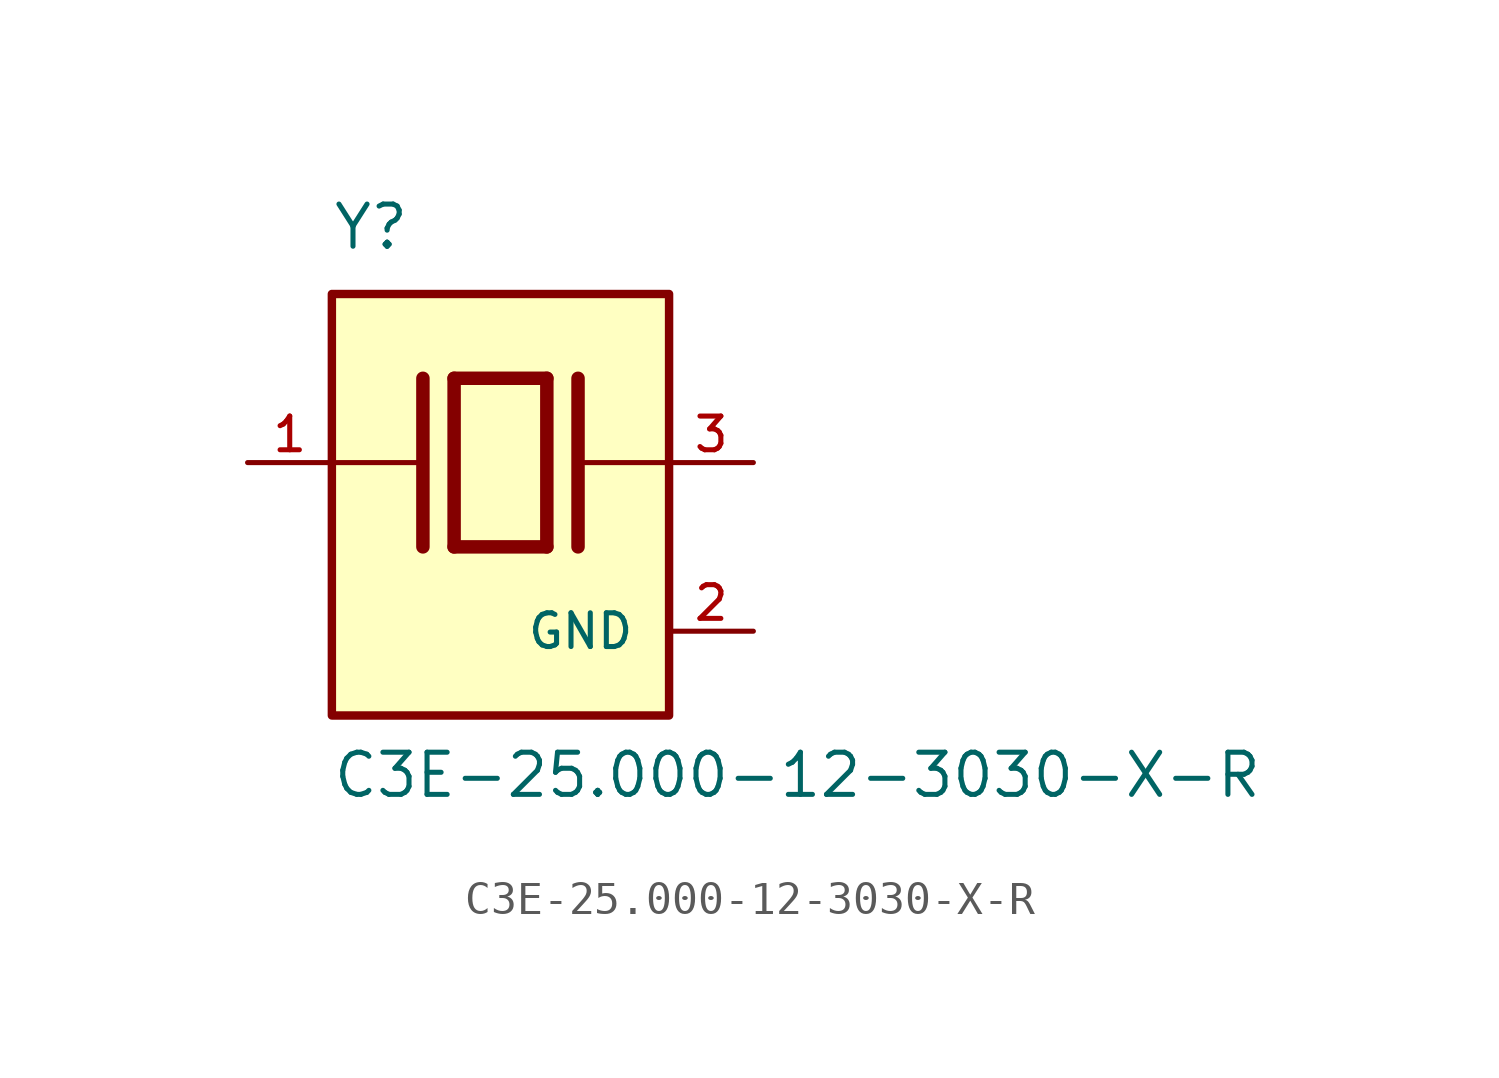
<source format=kicad_sym>
(kicad_symbol_lib
  (version 20211014)
  (generator kicad_symbol_editor)
  (symbol "C3E-25.000-12-3030-X-R"
    (pin_names
      (offset 1.016))
    (property "Reference" "Y"
      (at -5.088 6.356 0)
      (effects (font (size 1.27 1.27)) (justify bottom left)))
    (property "Value" "C3E-25.000-12-3030-X-R"
      (at -5.094 -10.16 0)
      (effects (font (size 1.27 1.27)) (justify bottom left)))
    (symbol "C3E-25.000-12-3030-X-R_0_0"
      (polyline (pts (xy -1.397 2.54) (xy 1.397 2.54)) (stroke (width 0.406)))
      (polyline (pts (xy 1.397 2.54) (xy 1.397 -2.54)) (stroke (width 0.406)))
      (polyline (pts (xy 1.397 -2.54) (xy -1.397 -2.54)) (stroke (width 0.406)))
      (polyline (pts (xy -1.397 2.54) (xy -1.397 -2.54)) (stroke (width 0.406)))
      (polyline (pts (xy 2.337 2.54) (xy 2.337 -2.54)) (stroke (width 0.406)))
      (polyline (pts (xy -2.337 2.54) (xy -2.337 -2.54)) (stroke (width 0.406)))
      (polyline (pts (xy -5.08 0.0) (xy -2.54 0.0)) (stroke (width 0.152)))
      (polyline (pts (xy 2.54 0.0) (xy 5.08 0.0)) (stroke (width 0.152)))
      (rectangle (start -5.08 -7.62) (end 5.08 5.08) (stroke (width 0.254)) (fill (type background)))
      (pin passive line (at 7.62 0.0 180.0) (length 2.54) (name "~" (effects (font (size 1.016 1.016)))) (number "3" (effects (font (size 1.016 1.016)))))
      (pin passive line (at -7.62 0.0 0) (length 2.54) (name "~" (effects (font (size 1.016 1.016)))) (number "1" (effects (font (size 1.016 1.016)))))
      (pin power_in line (at 7.62 -5.08 180.0) (length 2.54) (name "GND" (effects (font (size 1.016 1.016)))) (number "2" (effects (font (size 1.016 1.016)))))
      (pin power_in line (at 7.62 -5.08 180.0) (length 2.54) hide (name "GND" (effects (font (size 1.016 1.016)))) (number "4" (effects (font (size 1.016 1.016))))))))
</source>
